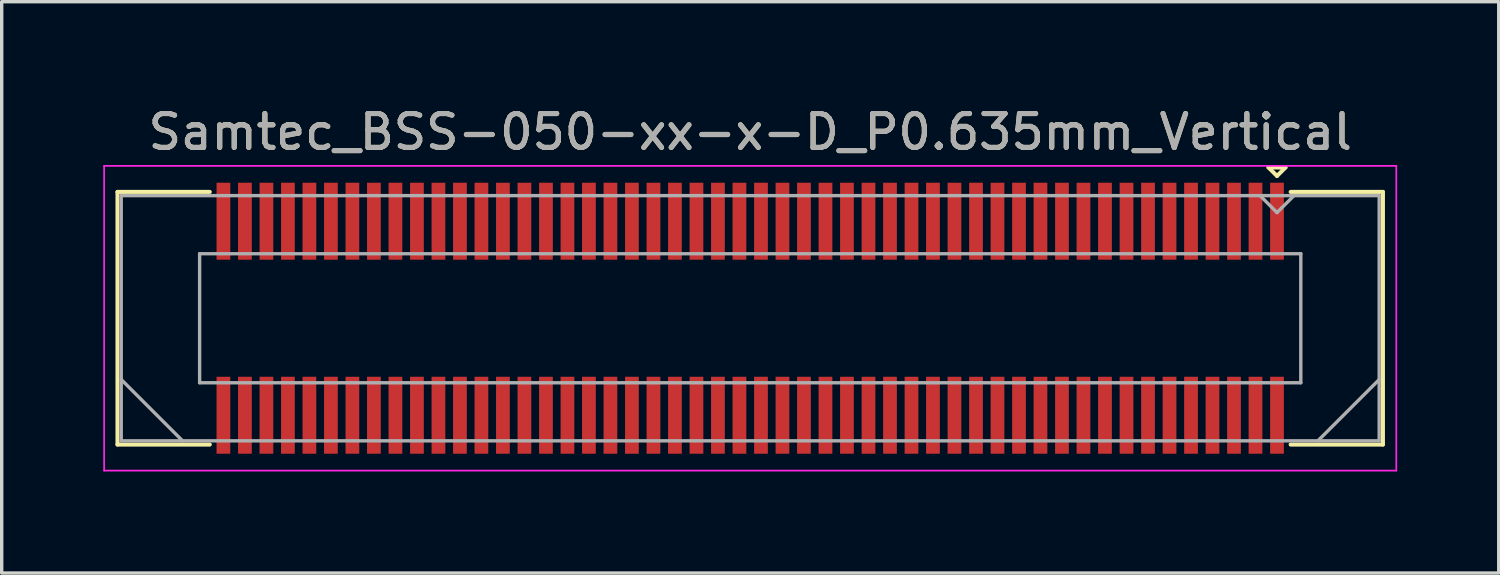
<source format=kicad_pcb>
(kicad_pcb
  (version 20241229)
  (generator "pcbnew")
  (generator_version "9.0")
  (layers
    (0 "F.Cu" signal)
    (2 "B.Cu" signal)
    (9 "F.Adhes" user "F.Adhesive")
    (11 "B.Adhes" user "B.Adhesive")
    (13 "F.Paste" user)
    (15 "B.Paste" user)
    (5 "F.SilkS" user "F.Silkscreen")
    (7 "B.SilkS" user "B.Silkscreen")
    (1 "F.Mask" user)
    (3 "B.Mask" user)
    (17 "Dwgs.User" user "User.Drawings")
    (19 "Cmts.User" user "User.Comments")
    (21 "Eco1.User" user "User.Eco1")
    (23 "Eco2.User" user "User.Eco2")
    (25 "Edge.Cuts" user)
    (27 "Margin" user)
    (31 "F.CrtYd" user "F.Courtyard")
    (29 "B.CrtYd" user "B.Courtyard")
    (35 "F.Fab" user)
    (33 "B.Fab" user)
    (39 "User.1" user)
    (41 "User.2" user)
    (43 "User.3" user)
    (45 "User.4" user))
  (footprint "Samtec_BSS-050-xx-x-D_P0.635mm_Vertical"
    (layer "F.Cu")
    (at 19.105 6.348)
    (property "Reference" "Samtec_BSS-050-xx-x-D_P0.635mm_Vertical" (at 0 -5.5 0) (layer "F.SilkS") (effects (font (size 1 1) (thickness 0.15))))
    (attr smd)
    (fp_line (start -18.685 -3.73) (end -15.96 -3.73) (stroke (width 0.12) (type solid)) (layer "F.SilkS"))
    (fp_line (start -18.685 3.73) (end -18.685 -3.73) (stroke (width 0.12) (type solid)) (layer "F.SilkS"))
    (fp_line (start -15.96 3.73) (end -18.685 3.73) (stroke (width 0.12) (type solid)) (layer "F.SilkS"))
    (fp_line (start 15.307 -4.452) (end 15.807 -4.452) (stroke (width 0.12) (type solid)) (layer "F.SilkS"))
    (fp_line (start 15.557 -4.202) (end 15.307 -4.452) (stroke (width 0.12) (type solid)) (layer "F.SilkS"))
    (fp_line (start 15.807 -4.452) (end 15.557 -4.202) (stroke (width 0.12) (type solid)) (layer "F.SilkS"))
    (fp_line (start 15.96 3.73) (end 18.685 3.73) (stroke (width 0.12) (type solid)) (layer "F.SilkS"))
    (fp_line (start 18.685 -3.73) (end 15.96 -3.73) (stroke (width 0.12) (type solid)) (layer "F.SilkS"))
    (fp_line (start 18.685 3.73) (end 18.685 -3.73) (stroke (width 0.12) (type solid)) (layer "F.SilkS"))
    (fp_line (start -19.08 -4.5) (end -19.08 4.5) (stroke (width 0.05) (type solid)) (layer "F.CrtYd"))
    (fp_line (start -19.08 4.5) (end 19.08 4.5) (stroke (width 0.05) (type solid)) (layer "F.CrtYd"))
    (fp_line (start 19.08 -4.5) (end -19.08 -4.5) (stroke (width 0.05) (type solid)) (layer "F.CrtYd"))
    (fp_line (start 19.08 4.5) (end 19.08 -4.5) (stroke (width 0.05) (type solid)) (layer "F.CrtYd"))
    (fp_line (start -18.575 -3.62) (end -18.575 3.62) (stroke (width 0.1) (type solid)) (layer "F.Fab"))
    (fp_line (start -18.575 1.81) (end -16.765 3.62) (stroke (width 0.1) (type solid)) (layer "F.Fab"))
    (fp_line (start -18.575 3.62) (end 18.575 3.62) (stroke (width 0.1) (type solid)) (layer "F.Fab"))
    (fp_line (start -16.26 -1.905) (end -16.26 1.905) (stroke (width 0.1) (type solid)) (layer "F.Fab"))
    (fp_line (start -16.26 1.905) (end 16.26 1.905) (stroke (width 0.1) (type solid)) (layer "F.Fab"))
    (fp_line (start 15.557 -3.12) (end 15.057 -3.62) (stroke (width 0.1) (type solid)) (layer "F.Fab"))
    (fp_line (start 16.058 -3.62) (end 15.557 -3.12) (stroke (width 0.1) (type solid)) (layer "F.Fab"))
    (fp_line (start 16.26 -1.905) (end -16.26 -1.905) (stroke (width 0.1) (type solid)) (layer "F.Fab"))
    (fp_line (start 16.26 1.905) (end 16.26 -1.905) (stroke (width 0.1) (type solid)) (layer "F.Fab"))
    (fp_line (start 18.575 -3.62) (end -18.575 -3.62) (stroke (width 0.1) (type solid)) (layer "F.Fab"))
    (fp_line (start 18.575 1.81) (end 16.765 3.62) (stroke (width 0.1) (type solid)) (layer "F.Fab"))
    (fp_line (start 18.575 3.62) (end 18.575 -3.62) (stroke (width 0.1) (type solid)) (layer "F.Fab"))
    (fp_text user "${REFERENCE}" (at 0 -5.5 0) (layer "F.Fab") (effects (font (size 1 1) (thickness 0.15))))
    (pad "1" smd rect (at 15.557 -2.865) (size 0.406 2.273) (layers "F.Cu" "F.Mask" "F.Paste"))
    (pad "2" smd rect (at 15.557 2.865) (size 0.406 2.273) (layers "F.Cu" "F.Mask" "F.Paste"))
    (pad "3" smd rect (at 14.922 -2.865) (size 0.406 2.273) (layers "F.Cu" "F.Mask" "F.Paste"))
    (pad "4" smd rect (at 14.922 2.865) (size 0.406 2.273) (layers "F.Cu" "F.Mask" "F.Paste"))
    (pad "5" smd rect (at 14.287 -2.865) (size 0.406 2.273) (layers "F.Cu" "F.Mask" "F.Paste"))
    (pad "6" smd rect (at 14.287 2.865) (size 0.406 2.273) (layers "F.Cu" "F.Mask" "F.Paste"))
    (pad "7" smd rect (at 13.652 -2.865) (size 0.406 2.273) (layers "F.Cu" "F.Mask" "F.Paste"))
    (pad "8" smd rect (at 13.652 2.865) (size 0.406 2.273) (layers "F.Cu" "F.Mask" "F.Paste"))
    (pad "9" smd rect (at 13.018 -2.865) (size 0.406 2.273) (layers "F.Cu" "F.Mask" "F.Paste"))
    (pad "10" smd rect (at 13.018 2.865) (size 0.406 2.273) (layers "F.Cu" "F.Mask" "F.Paste"))
    (pad "11" smd rect (at 12.383 -2.865) (size 0.406 2.273) (layers "F.Cu" "F.Mask" "F.Paste"))
    (pad "12" smd rect (at 12.383 2.865) (size 0.406 2.273) (layers "F.Cu" "F.Mask" "F.Paste"))
    (pad "13" smd rect (at 11.748 -2.865) (size 0.406 2.273) (layers "F.Cu" "F.Mask" "F.Paste"))
    (pad "14" smd rect (at 11.748 2.865) (size 0.406 2.273) (layers "F.Cu" "F.Mask" "F.Paste"))
    (pad "15" smd rect (at 11.113 -2.865) (size 0.406 2.273) (layers "F.Cu" "F.Mask" "F.Paste"))
    (pad "16" smd rect (at 11.113 2.865) (size 0.406 2.273) (layers "F.Cu" "F.Mask" "F.Paste"))
    (pad "17" smd rect (at 10.477 -2.865) (size 0.406 2.273) (layers "F.Cu" "F.Mask" "F.Paste"))
    (pad "18" smd rect (at 10.477 2.865) (size 0.406 2.273) (layers "F.Cu" "F.Mask" "F.Paste"))
    (pad "19" smd rect (at 9.842 -2.865) (size 0.406 2.273) (layers "F.Cu" "F.Mask" "F.Paste"))
    (pad "20" smd rect (at 9.842 2.865) (size 0.406 2.273) (layers "F.Cu" "F.Mask" "F.Paste"))
    (pad "21" smd rect (at 9.207 -2.865) (size 0.406 2.273) (layers "F.Cu" "F.Mask" "F.Paste"))
    (pad "22" smd rect (at 9.207 2.865) (size 0.406 2.273) (layers "F.Cu" "F.Mask" "F.Paste"))
    (pad "23" smd rect (at 8.572 -2.865) (size 0.406 2.273) (layers "F.Cu" "F.Mask" "F.Paste"))
    (pad "24" smd rect (at 8.572 2.865) (size 0.406 2.273) (layers "F.Cu" "F.Mask" "F.Paste"))
    (pad "25" smd rect (at 7.938 -2.865) (size 0.406 2.273) (layers "F.Cu" "F.Mask" "F.Paste"))
    (pad "26" smd rect (at 7.938 2.865) (size 0.406 2.273) (layers "F.Cu" "F.Mask" "F.Paste"))
    (pad "27" smd rect (at 7.303 -2.865) (size 0.406 2.273) (layers "F.Cu" "F.Mask" "F.Paste"))
    (pad "28" smd rect (at 7.303 2.865) (size 0.406 2.273) (layers "F.Cu" "F.Mask" "F.Paste"))
    (pad "29" smd rect (at 6.668 -2.865) (size 0.406 2.273) (layers "F.Cu" "F.Mask" "F.Paste"))
    (pad "30" smd rect (at 6.668 2.865) (size 0.406 2.273) (layers "F.Cu" "F.Mask" "F.Paste"))
    (pad "31" smd rect (at 6.032 -2.865) (size 0.406 2.273) (layers "F.Cu" "F.Mask" "F.Paste"))
    (pad "32" smd rect (at 6.032 2.865) (size 0.406 2.273) (layers "F.Cu" "F.Mask" "F.Paste"))
    (pad "33" smd rect (at 5.397 -2.865) (size 0.406 2.273) (layers "F.Cu" "F.Mask" "F.Paste"))
    (pad "34" smd rect (at 5.397 2.865) (size 0.406 2.273) (layers "F.Cu" "F.Mask" "F.Paste"))
    (pad "35" smd rect (at 4.763 -2.865) (size 0.406 2.273) (layers "F.Cu" "F.Mask" "F.Paste"))
    (pad "36" smd rect (at 4.763 2.865) (size 0.406 2.273) (layers "F.Cu" "F.Mask" "F.Paste"))
    (pad "37" smd rect (at 4.128 -2.865) (size 0.406 2.273) (layers "F.Cu" "F.Mask" "F.Paste"))
    (pad "38" smd rect (at 4.128 2.865) (size 0.406 2.273) (layers "F.Cu" "F.Mask" "F.Paste"))
    (pad "39" smd rect (at 3.493 -2.865) (size 0.406 2.273) (layers "F.Cu" "F.Mask" "F.Paste"))
    (pad "40" smd rect (at 3.493 2.865) (size 0.406 2.273) (layers "F.Cu" "F.Mask" "F.Paste"))
    (pad "41" smd rect (at 2.857 -2.865) (size 0.406 2.273) (layers "F.Cu" "F.Mask" "F.Paste"))
    (pad "42" smd rect (at 2.857 2.865) (size 0.406 2.273) (layers "F.Cu" "F.Mask" "F.Paste"))
    (pad "43" smd rect (at 2.223 -2.865) (size 0.406 2.273) (layers "F.Cu" "F.Mask" "F.Paste"))
    (pad "44" smd rect (at 2.223 2.865) (size 0.406 2.273) (layers "F.Cu" "F.Mask" "F.Paste"))
    (pad "45" smd rect (at 1.587 -2.865) (size 0.406 2.273) (layers "F.Cu" "F.Mask" "F.Paste"))
    (pad "46" smd rect (at 1.587 2.865) (size 0.406 2.273) (layers "F.Cu" "F.Mask" "F.Paste"))
    (pad "47" smd rect (at 0.953 -2.865) (size 0.406 2.273) (layers "F.Cu" "F.Mask" "F.Paste"))
    (pad "48" smd rect (at 0.953 2.865) (size 0.406 2.273) (layers "F.Cu" "F.Mask" "F.Paste"))
    (pad "49" smd rect (at 0.318 -2.865) (size 0.406 2.273) (layers "F.Cu" "F.Mask" "F.Paste"))
    (pad "50" smd rect (at 0.318 2.865) (size 0.406 2.273) (layers "F.Cu" "F.Mask" "F.Paste"))
    (pad "51" smd rect (at -0.318 -2.865) (size 0.406 2.273) (layers "F.Cu" "F.Mask" "F.Paste"))
    (pad "52" smd rect (at -0.318 2.865) (size 0.406 2.273) (layers "F.Cu" "F.Mask" "F.Paste"))
    (pad "53" smd rect (at -0.953 -2.865) (size 0.406 2.273) (layers "F.Cu" "F.Mask" "F.Paste"))
    (pad "54" smd rect (at -0.953 2.865) (size 0.406 2.273) (layers "F.Cu" "F.Mask" "F.Paste"))
    (pad "55" smd rect (at -1.587 -2.865) (size 0.406 2.273) (layers "F.Cu" "F.Mask" "F.Paste"))
    (pad "56" smd rect (at -1.587 2.865) (size 0.406 2.273) (layers "F.Cu" "F.Mask" "F.Paste"))
    (pad "57" smd rect (at -2.223 -2.865) (size 0.406 2.273) (layers "F.Cu" "F.Mask" "F.Paste"))
    (pad "58" smd rect (at -2.223 2.865) (size 0.406 2.273) (layers "F.Cu" "F.Mask" "F.Paste"))
    (pad "59" smd rect (at -2.857 -2.865) (size 0.406 2.273) (layers "F.Cu" "F.Mask" "F.Paste"))
    (pad "60" smd rect (at -2.857 2.865) (size 0.406 2.273) (layers "F.Cu" "F.Mask" "F.Paste"))
    (pad "61" smd rect (at -3.493 -2.865) (size 0.406 2.273) (layers "F.Cu" "F.Mask" "F.Paste"))
    (pad "62" smd rect (at -3.493 2.865) (size 0.406 2.273) (layers "F.Cu" "F.Mask" "F.Paste"))
    (pad "63" smd rect (at -4.128 -2.865) (size 0.406 2.273) (layers "F.Cu" "F.Mask" "F.Paste"))
    (pad "64" smd rect (at -4.128 2.865) (size 0.406 2.273) (layers "F.Cu" "F.Mask" "F.Paste"))
    (pad "65" smd rect (at -4.763 -2.865) (size 0.406 2.273) (layers "F.Cu" "F.Mask" "F.Paste"))
    (pad "66" smd rect (at -4.763 2.865) (size 0.406 2.273) (layers "F.Cu" "F.Mask" "F.Paste"))
    (pad "67" smd rect (at -5.397 -2.865) (size 0.406 2.273) (layers "F.Cu" "F.Mask" "F.Paste"))
    (pad "68" smd rect (at -5.397 2.865) (size 0.406 2.273) (layers "F.Cu" "F.Mask" "F.Paste"))
    (pad "69" smd rect (at -6.032 -2.865) (size 0.406 2.273) (layers "F.Cu" "F.Mask" "F.Paste"))
    (pad "70" smd rect (at -6.032 2.865) (size 0.406 2.273) (layers "F.Cu" "F.Mask" "F.Paste"))
    (pad "71" smd rect (at -6.668 -2.865) (size 0.406 2.273) (layers "F.Cu" "F.Mask" "F.Paste"))
    (pad "72" smd rect (at -6.668 2.865) (size 0.406 2.273) (layers "F.Cu" "F.Mask" "F.Paste"))
    (pad "73" smd rect (at -7.303 -2.865) (size 0.406 2.273) (layers "F.Cu" "F.Mask" "F.Paste"))
    (pad "74" smd rect (at -7.303 2.865) (size 0.406 2.273) (layers "F.Cu" "F.Mask" "F.Paste"))
    (pad "75" smd rect (at -7.938 -2.865) (size 0.406 2.273) (layers "F.Cu" "F.Mask" "F.Paste"))
    (pad "76" smd rect (at -7.938 2.865) (size 0.406 2.273) (layers "F.Cu" "F.Mask" "F.Paste"))
    (pad "77" smd rect (at -8.572 -2.865) (size 0.406 2.273) (layers "F.Cu" "F.Mask" "F.Paste"))
    (pad "78" smd rect (at -8.572 2.865) (size 0.406 2.273) (layers "F.Cu" "F.Mask" "F.Paste"))
    (pad "79" smd rect (at -9.207 -2.865) (size 0.406 2.273) (layers "F.Cu" "F.Mask" "F.Paste"))
    (pad "80" smd rect (at -9.207 2.865) (size 0.406 2.273) (layers "F.Cu" "F.Mask" "F.Paste"))
    (pad "81" smd rect (at -9.842 -2.865) (size 0.406 2.273) (layers "F.Cu" "F.Mask" "F.Paste"))
    (pad "82" smd rect (at -9.842 2.865) (size 0.406 2.273) (layers "F.Cu" "F.Mask" "F.Paste"))
    (pad "83" smd rect (at -10.477 -2.865) (size 0.406 2.273) (layers "F.Cu" "F.Mask" "F.Paste"))
    (pad "84" smd rect (at -10.477 2.865) (size 0.406 2.273) (layers "F.Cu" "F.Mask" "F.Paste"))
    (pad "85" smd rect (at -11.113 -2.865) (size 0.406 2.273) (layers "F.Cu" "F.Mask" "F.Paste"))
    (pad "86" smd rect (at -11.113 2.865) (size 0.406 2.273) (layers "F.Cu" "F.Mask" "F.Paste"))
    (pad "87" smd rect (at -11.748 -2.865) (size 0.406 2.273) (layers "F.Cu" "F.Mask" "F.Paste"))
    (pad "88" smd rect (at -11.748 2.865) (size 0.406 2.273) (layers "F.Cu" "F.Mask" "F.Paste"))
    (pad "89" smd rect (at -12.383 -2.865) (size 0.406 2.273) (layers "F.Cu" "F.Mask" "F.Paste"))
    (pad "90" smd rect (at -12.383 2.865) (size 0.406 2.273) (layers "F.Cu" "F.Mask" "F.Paste"))
    (pad "91" smd rect (at -13.018 -2.865) (size 0.406 2.273) (layers "F.Cu" "F.Mask" "F.Paste"))
    (pad "92" smd rect (at -13.018 2.865) (size 0.406 2.273) (layers "F.Cu" "F.Mask" "F.Paste"))
    (pad "93" smd rect (at -13.652 -2.865) (size 0.406 2.273) (layers "F.Cu" "F.Mask" "F.Paste"))
    (pad "94" smd rect (at -13.652 2.865) (size 0.406 2.273) (layers "F.Cu" "F.Mask" "F.Paste"))
    (pad "95" smd rect (at -14.287 -2.865) (size 0.406 2.273) (layers "F.Cu" "F.Mask" "F.Paste"))
    (pad "96" smd rect (at -14.287 2.865) (size 0.406 2.273) (layers "F.Cu" "F.Mask" "F.Paste"))
    (pad "97" smd rect (at -14.922 -2.865) (size 0.406 2.273) (layers "F.Cu" "F.Mask" "F.Paste"))
    (pad "98" smd rect (at -14.922 2.865) (size 0.406 2.273) (layers "F.Cu" "F.Mask" "F.Paste"))
    (pad "99" smd rect (at -15.557 -2.865) (size 0.406 2.273) (layers "F.Cu" "F.Mask" "F.Paste"))
    (pad "100" smd rect (at -15.557 2.865) (size 0.406 2.273) (layers "F.Cu" "F.Mask" "F.Paste")))
  (gr_rect
    (start -3 -3)
    (end 41.21 13.873)
    (stroke (width 0.1) (type default))
    (fill no)
    (layer "Edge.Cuts")))
</source>
